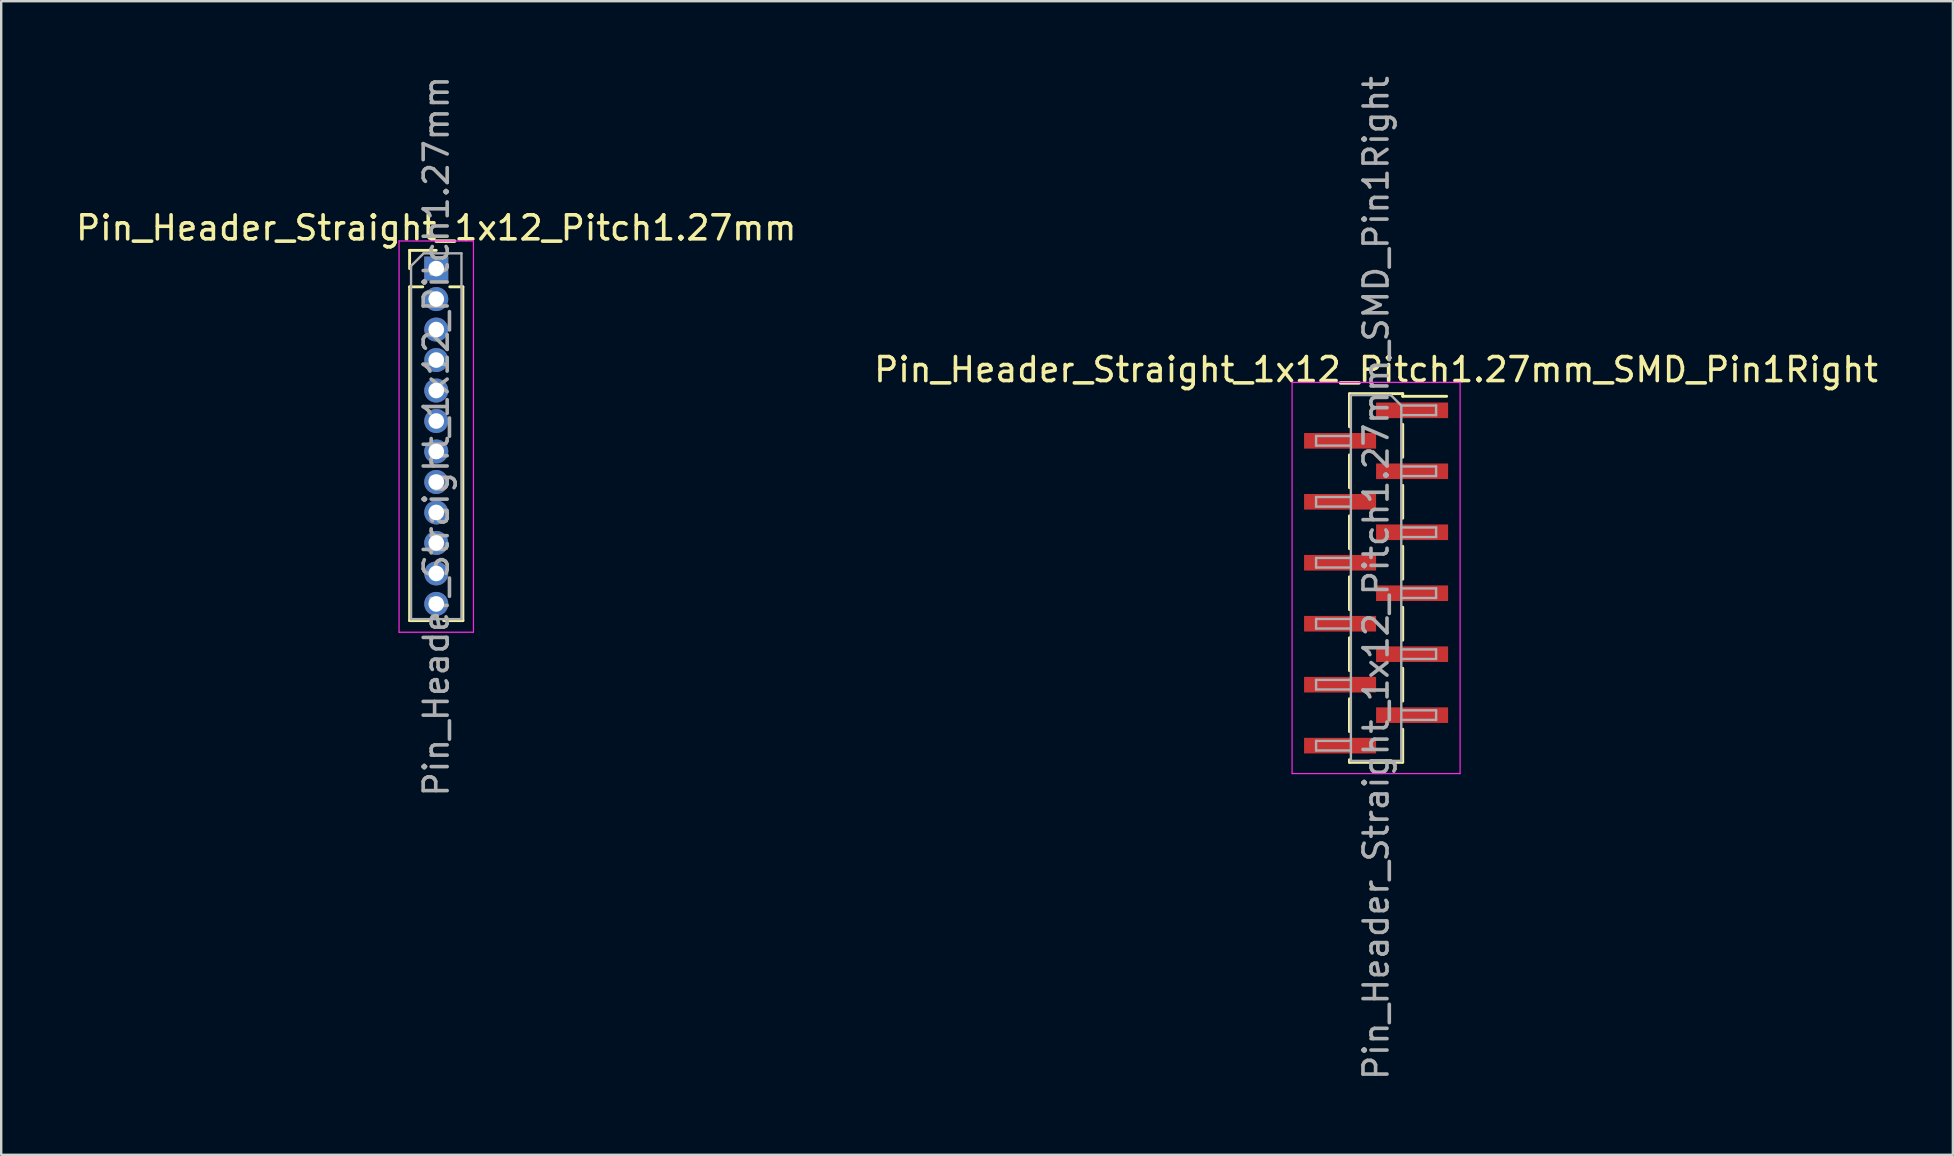
<source format=kicad_pcb>
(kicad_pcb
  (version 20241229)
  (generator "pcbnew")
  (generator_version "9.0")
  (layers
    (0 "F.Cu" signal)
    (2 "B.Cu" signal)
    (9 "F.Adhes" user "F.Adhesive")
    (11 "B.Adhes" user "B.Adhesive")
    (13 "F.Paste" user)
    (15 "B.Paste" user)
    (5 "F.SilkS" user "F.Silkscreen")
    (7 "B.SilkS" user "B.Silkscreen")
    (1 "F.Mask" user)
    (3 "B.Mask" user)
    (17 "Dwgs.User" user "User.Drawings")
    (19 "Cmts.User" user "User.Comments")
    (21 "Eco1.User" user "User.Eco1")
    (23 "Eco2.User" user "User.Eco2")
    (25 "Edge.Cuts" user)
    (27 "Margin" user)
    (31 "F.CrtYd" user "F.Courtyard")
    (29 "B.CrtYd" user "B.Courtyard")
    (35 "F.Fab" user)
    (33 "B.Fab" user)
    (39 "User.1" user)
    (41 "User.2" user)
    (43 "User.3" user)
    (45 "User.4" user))
  (footprint "Pin_Header_Straight_1x12_Pitch1.27mm"
    (layer "F.Cu")
    (at 15.125 8.14)
    (property "Reference" "Pin_Header_Straight_1x12_Pitch1.27mm" (at 0 -1.695 0) (layer "F.SilkS") (effects (font (size 1 1) (thickness 0.15))))
    (attr through_hole)
    (fp_line (start -1.11 -0.76) (end 0 -0.76) (stroke (width 0.12) (type solid)) (layer "F.SilkS"))
    (fp_line (start -1.11 0) (end -1.11 -0.76) (stroke (width 0.12) (type solid)) (layer "F.SilkS"))
    (fp_line (start -1.11 0.76) (end -1.11 14.665) (stroke (width 0.12) (type solid)) (layer "F.SilkS"))
    (fp_line (start -1.11 0.76) (end -0.563 0.76) (stroke (width 0.12) (type solid)) (layer "F.SilkS"))
    (fp_line (start -1.11 14.665) (end -0.308 14.665) (stroke (width 0.12) (type solid)) (layer "F.SilkS"))
    (fp_line (start 0.308 14.665) (end 1.11 14.665) (stroke (width 0.12) (type solid)) (layer "F.SilkS"))
    (fp_line (start 0.563 0.76) (end 1.11 0.76) (stroke (width 0.12) (type solid)) (layer "F.SilkS"))
    (fp_line (start 1.11 0.76) (end 1.11 14.665) (stroke (width 0.12) (type solid)) (layer "F.SilkS"))
    (fp_line (start -1.55 -1.15) (end -1.55 15.15) (stroke (width 0.05) (type solid)) (layer "F.CrtYd"))
    (fp_line (start -1.55 15.15) (end 1.55 15.15) (stroke (width 0.05) (type solid)) (layer "F.CrtYd"))
    (fp_line (start 1.55 -1.15) (end -1.55 -1.15) (stroke (width 0.05) (type solid)) (layer "F.CrtYd"))
    (fp_line (start 1.55 15.15) (end 1.55 -1.15) (stroke (width 0.05) (type solid)) (layer "F.CrtYd"))
    (fp_line (start -1.05 -0.11) (end -0.525 -0.635) (stroke (width 0.1) (type solid)) (layer "F.Fab"))
    (fp_line (start -1.05 14.605) (end -1.05 -0.11) (stroke (width 0.1) (type solid)) (layer "F.Fab"))
    (fp_line (start -0.525 -0.635) (end 1.05 -0.635) (stroke (width 0.1) (type solid)) (layer "F.Fab"))
    (fp_line (start 1.05 -0.635) (end 1.05 14.605) (stroke (width 0.1) (type solid)) (layer "F.Fab"))
    (fp_line (start 1.05 14.605) (end -1.05 14.605) (stroke (width 0.1) (type solid)) (layer "F.Fab"))
    (fp_text user "${REFERENCE}" (at 0 6.985 90) (layer "F.Fab") (effects (font (size 1 1) (thickness 0.15))))
    (pad "1" thru_hole rect (at 0 0) (size 1 1) (drill 0.65) (layers "*.Cu" "*.Mask"))
    (pad "2" thru_hole oval (at 0 1.27) (size 1 1) (drill 0.65) (layers "*.Cu" "*.Mask"))
    (pad "3" thru_hole oval (at 0 2.54) (size 1 1) (drill 0.65) (layers "*.Cu" "*.Mask"))
    (pad "4" thru_hole oval (at 0 3.81) (size 1 1) (drill 0.65) (layers "*.Cu" "*.Mask"))
    (pad "5" thru_hole oval (at 0 5.08) (size 1 1) (drill 0.65) (layers "*.Cu" "*.Mask"))
    (pad "6" thru_hole oval (at 0 6.35) (size 1 1) (drill 0.65) (layers "*.Cu" "*.Mask"))
    (pad "7" thru_hole oval (at 0 7.62) (size 1 1) (drill 0.65) (layers "*.Cu" "*.Mask"))
    (pad "8" thru_hole oval (at 0 8.89) (size 1 1) (drill 0.65) (layers "*.Cu" "*.Mask"))
    (pad "9" thru_hole oval (at 0 10.16) (size 1 1) (drill 0.65) (layers "*.Cu" "*.Mask"))
    (pad "10" thru_hole oval (at 0 11.43) (size 1 1) (drill 0.65) (layers "*.Cu" "*.Mask"))
    (pad "11" thru_hole oval (at 0 12.7) (size 1 1) (drill 0.65) (layers "*.Cu" "*.Mask"))
    (pad "12" thru_hole oval (at 0 13.97) (size 1 1) (drill 0.65) (layers "*.Cu" "*.Mask")))
  (footprint "Pin_Header_Straight_1x12_Pitch1.27mm_SMD_Pin1Right"
    (layer "F.Cu")
    (at 54.28 21.03)
    (property "Reference" "Pin_Header_Straight_1x12_Pitch1.27mm_SMD_Pin1Right" (at 0 -8.68 0) (layer "F.SilkS") (effects (font (size 1 1) (thickness 0.15))))
    (attr smd)
    (fp_line (start -1.11 -7.68) (end 1.11 -7.68) (stroke (width 0.12) (type solid)) (layer "F.SilkS"))
    (fp_line (start -1.11 -7.67) (end -1.11 -6.3) (stroke (width 0.12) (type solid)) (layer "F.SilkS"))
    (fp_line (start -1.11 -5.13) (end -1.11 -3.76) (stroke (width 0.12) (type solid)) (layer "F.SilkS"))
    (fp_line (start -1.11 -2.59) (end -1.11 -1.22) (stroke (width 0.12) (type solid)) (layer "F.SilkS"))
    (fp_line (start -1.11 -0.05) (end -1.11 1.32) (stroke (width 0.12) (type solid)) (layer "F.SilkS"))
    (fp_line (start -1.11 2.49) (end -1.11 3.86) (stroke (width 0.12) (type solid)) (layer "F.SilkS"))
    (fp_line (start -1.11 5.03) (end -1.11 6.4) (stroke (width 0.12) (type solid)) (layer "F.SilkS"))
    (fp_line (start -1.11 7.57) (end -1.11 7.68) (stroke (width 0.12) (type solid)) (layer "F.SilkS"))
    (fp_line (start -1.11 7.68) (end 1.11 7.68) (stroke (width 0.12) (type solid)) (layer "F.SilkS"))
    (fp_line (start 1.11 -7.68) (end 1.11 -7.57) (stroke (width 0.12) (type solid)) (layer "F.SilkS"))
    (fp_line (start 1.11 -7.57) (end 2.94 -7.57) (stroke (width 0.12) (type solid)) (layer "F.SilkS"))
    (fp_line (start 1.11 -6.4) (end 1.11 -5.03) (stroke (width 0.12) (type solid)) (layer "F.SilkS"))
    (fp_line (start 1.11 -3.86) (end 1.11 -2.49) (stroke (width 0.12) (type solid)) (layer "F.SilkS"))
    (fp_line (start 1.11 -1.32) (end 1.11 0.05) (stroke (width 0.12) (type solid)) (layer "F.SilkS"))
    (fp_line (start 1.11 1.22) (end 1.11 2.59) (stroke (width 0.12) (type solid)) (layer "F.SilkS"))
    (fp_line (start 1.11 3.76) (end 1.11 5.13) (stroke (width 0.12) (type solid)) (layer "F.SilkS"))
    (fp_line (start 1.11 6.3) (end 1.11 7.67) (stroke (width 0.12) (type solid)) (layer "F.SilkS"))
    (fp_line (start -3.5 -8.15) (end -3.5 8.15) (stroke (width 0.05) (type solid)) (layer "F.CrtYd"))
    (fp_line (start -3.5 8.15) (end 3.5 8.15) (stroke (width 0.05) (type solid)) (layer "F.CrtYd"))
    (fp_line (start 3.5 -8.15) (end -3.5 -8.15) (stroke (width 0.05) (type solid)) (layer "F.CrtYd"))
    (fp_line (start 3.5 8.15) (end 3.5 -8.15) (stroke (width 0.05) (type solid)) (layer "F.CrtYd"))
    (fp_line (start -2.5 -5.915) (end -2.5 -5.515) (stroke (width 0.1) (type solid)) (layer "F.Fab"))
    (fp_line (start -2.5 -5.515) (end -1.05 -5.515) (stroke (width 0.1) (type solid)) (layer "F.Fab"))
    (fp_line (start -2.5 -3.375) (end -2.5 -2.975) (stroke (width 0.1) (type solid)) (layer "F.Fab"))
    (fp_line (start -2.5 -2.975) (end -1.05 -2.975) (stroke (width 0.1) (type solid)) (layer "F.Fab"))
    (fp_line (start -2.5 -0.835) (end -2.5 -0.435) (stroke (width 0.1) (type solid)) (layer "F.Fab"))
    (fp_line (start -2.5 -0.435) (end -1.05 -0.435) (stroke (width 0.1) (type solid)) (layer "F.Fab"))
    (fp_line (start -2.5 1.705) (end -2.5 2.105) (stroke (width 0.1) (type solid)) (layer "F.Fab"))
    (fp_line (start -2.5 2.105) (end -1.05 2.105) (stroke (width 0.1) (type solid)) (layer "F.Fab"))
    (fp_line (start -2.5 4.245) (end -2.5 4.645) (stroke (width 0.1) (type solid)) (layer "F.Fab"))
    (fp_line (start -2.5 4.645) (end -1.05 4.645) (stroke (width 0.1) (type solid)) (layer "F.Fab"))
    (fp_line (start -2.5 6.785) (end -2.5 7.185) (stroke (width 0.1) (type solid)) (layer "F.Fab"))
    (fp_line (start -2.5 7.185) (end -1.05 7.185) (stroke (width 0.1) (type solid)) (layer "F.Fab"))
    (fp_line (start -1.05 -7.62) (end -1.05 7.62) (stroke (width 0.1) (type solid)) (layer "F.Fab"))
    (fp_line (start -1.05 -7.62) (end 0.615 -7.62) (stroke (width 0.1) (type solid)) (layer "F.Fab"))
    (fp_line (start -1.05 -5.915) (end -2.5 -5.915) (stroke (width 0.1) (type solid)) (layer "F.Fab"))
    (fp_line (start -1.05 -3.375) (end -2.5 -3.375) (stroke (width 0.1) (type solid)) (layer "F.Fab"))
    (fp_line (start -1.05 -0.835) (end -2.5 -0.835) (stroke (width 0.1) (type solid)) (layer "F.Fab"))
    (fp_line (start -1.05 1.705) (end -2.5 1.705) (stroke (width 0.1) (type solid)) (layer "F.Fab"))
    (fp_line (start -1.05 4.245) (end -2.5 4.245) (stroke (width 0.1) (type solid)) (layer "F.Fab"))
    (fp_line (start -1.05 6.785) (end -2.5 6.785) (stroke (width 0.1) (type solid)) (layer "F.Fab"))
    (fp_line (start 1.05 -7.185) (end 0.615 -7.62) (stroke (width 0.1) (type solid)) (layer "F.Fab"))
    (fp_line (start 1.05 -7.185) (end 2.5 -7.185) (stroke (width 0.1) (type solid)) (layer "F.Fab"))
    (fp_line (start 1.05 -4.645) (end 2.5 -4.645) (stroke (width 0.1) (type solid)) (layer "F.Fab"))
    (fp_line (start 1.05 -2.105) (end 2.5 -2.105) (stroke (width 0.1) (type solid)) (layer "F.Fab"))
    (fp_line (start 1.05 0.435) (end 2.5 0.435) (stroke (width 0.1) (type solid)) (layer "F.Fab"))
    (fp_line (start 1.05 2.975) (end 2.5 2.975) (stroke (width 0.1) (type solid)) (layer "F.Fab"))
    (fp_line (start 1.05 5.515) (end 2.5 5.515) (stroke (width 0.1) (type solid)) (layer "F.Fab"))
    (fp_line (start 1.05 7.62) (end -1.05 7.62) (stroke (width 0.1) (type solid)) (layer "F.Fab"))
    (fp_line (start 1.05 7.62) (end 1.05 -7.185) (stroke (width 0.1) (type solid)) (layer "F.Fab"))
    (fp_line (start 2.5 -7.185) (end 2.5 -6.785) (stroke (width 0.1) (type solid)) (layer "F.Fab"))
    (fp_line (start 2.5 -6.785) (end 1.05 -6.785) (stroke (width 0.1) (type solid)) (layer "F.Fab"))
    (fp_line (start 2.5 -4.645) (end 2.5 -4.245) (stroke (width 0.1) (type solid)) (layer "F.Fab"))
    (fp_line (start 2.5 -4.245) (end 1.05 -4.245) (stroke (width 0.1) (type solid)) (layer "F.Fab"))
    (fp_line (start 2.5 -2.105) (end 2.5 -1.705) (stroke (width 0.1) (type solid)) (layer "F.Fab"))
    (fp_line (start 2.5 -1.705) (end 1.05 -1.705) (stroke (width 0.1) (type solid)) (layer "F.Fab"))
    (fp_line (start 2.5 0.435) (end 2.5 0.835) (stroke (width 0.1) (type solid)) (layer "F.Fab"))
    (fp_line (start 2.5 0.835) (end 1.05 0.835) (stroke (width 0.1) (type solid)) (layer "F.Fab"))
    (fp_line (start 2.5 2.975) (end 2.5 3.375) (stroke (width 0.1) (type solid)) (layer "F.Fab"))
    (fp_line (start 2.5 3.375) (end 1.05 3.375) (stroke (width 0.1) (type solid)) (layer "F.Fab"))
    (fp_line (start 2.5 5.515) (end 2.5 5.915) (stroke (width 0.1) (type solid)) (layer "F.Fab"))
    (fp_line (start 2.5 5.915) (end 1.05 5.915) (stroke (width 0.1) (type solid)) (layer "F.Fab"))
    (fp_text user "${REFERENCE}" (at 0 0 90) (layer "F.Fab") (effects (font (size 1 1) (thickness 0.15))))
    (pad "1" smd rect (at 1.5 -6.985) (size 3 0.65) (layers "F.Cu" "F.Mask" "F.Paste"))
    (pad "2" smd rect (at -1.5 -5.715) (size 3 0.65) (layers "F.Cu" "F.Mask" "F.Paste"))
    (pad "3" smd rect (at 1.5 -4.445) (size 3 0.65) (layers "F.Cu" "F.Mask" "F.Paste"))
    (pad "4" smd rect (at -1.5 -3.175) (size 3 0.65) (layers "F.Cu" "F.Mask" "F.Paste"))
    (pad "5" smd rect (at 1.5 -1.905) (size 3 0.65) (layers "F.Cu" "F.Mask" "F.Paste"))
    (pad "6" smd rect (at -1.5 -0.635) (size 3 0.65) (layers "F.Cu" "F.Mask" "F.Paste"))
    (pad "7" smd rect (at 1.5 0.635) (size 3 0.65) (layers "F.Cu" "F.Mask" "F.Paste"))
    (pad "8" smd rect (at -1.5 1.905) (size 3 0.65) (layers "F.Cu" "F.Mask" "F.Paste"))
    (pad "9" smd rect (at 1.5 3.175) (size 3 0.65) (layers "F.Cu" "F.Mask" "F.Paste"))
    (pad "10" smd rect (at -1.5 4.445) (size 3 0.65) (layers "F.Cu" "F.Mask" "F.Paste"))
    (pad "11" smd rect (at 1.5 5.715) (size 3 0.65) (layers "F.Cu" "F.Mask" "F.Paste"))
    (pad "12" smd rect (at -1.5 6.985) (size 3 0.65) (layers "F.Cu" "F.Mask" "F.Paste")))
  (gr_rect
    (start -3 -3)
    (end 78.31 45.06)
    (stroke (width 0.1) (type default))
    (fill no)
    (layer "Edge.Cuts")))
</source>
